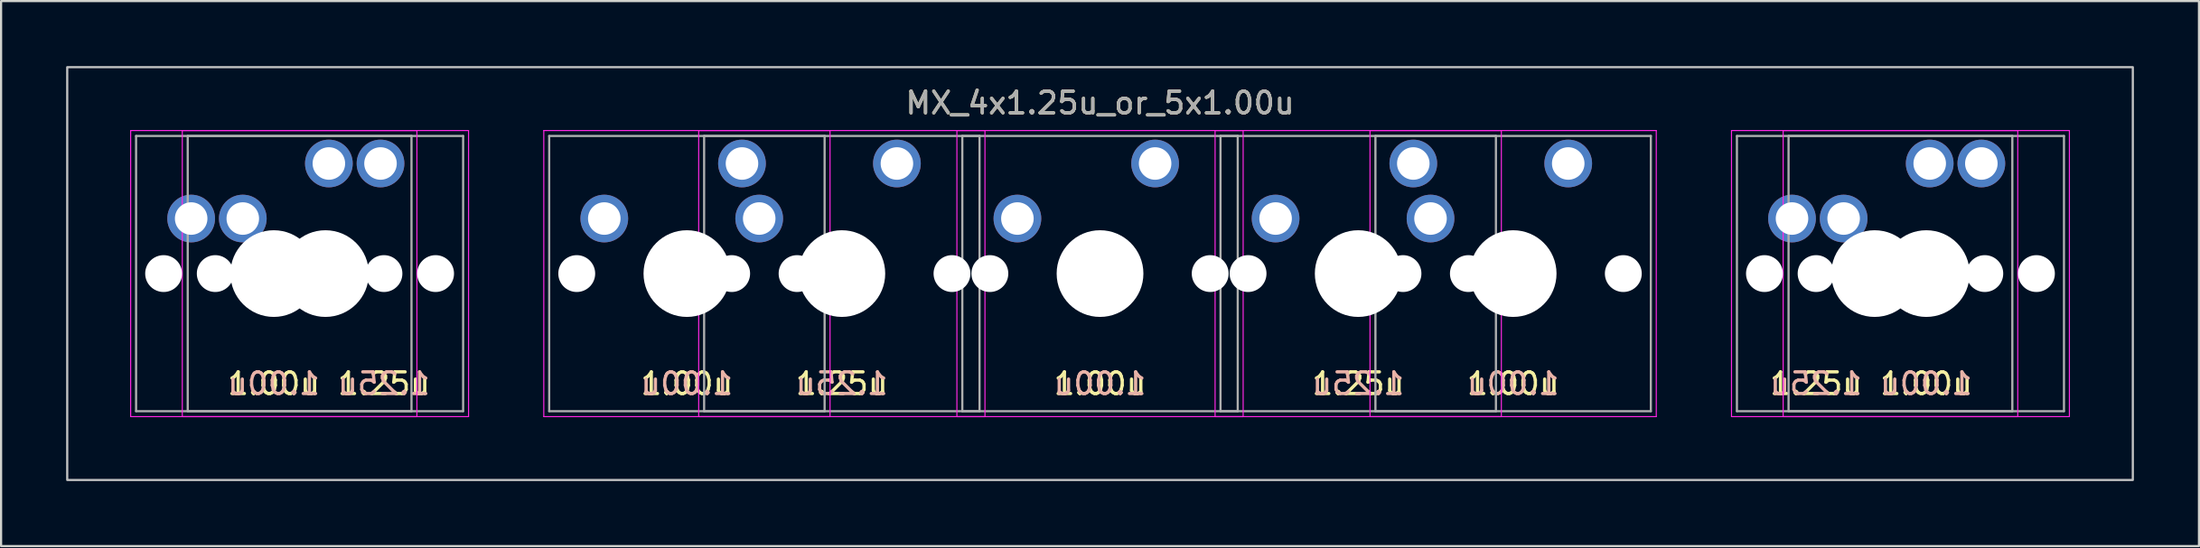
<source format=kicad_pcb>
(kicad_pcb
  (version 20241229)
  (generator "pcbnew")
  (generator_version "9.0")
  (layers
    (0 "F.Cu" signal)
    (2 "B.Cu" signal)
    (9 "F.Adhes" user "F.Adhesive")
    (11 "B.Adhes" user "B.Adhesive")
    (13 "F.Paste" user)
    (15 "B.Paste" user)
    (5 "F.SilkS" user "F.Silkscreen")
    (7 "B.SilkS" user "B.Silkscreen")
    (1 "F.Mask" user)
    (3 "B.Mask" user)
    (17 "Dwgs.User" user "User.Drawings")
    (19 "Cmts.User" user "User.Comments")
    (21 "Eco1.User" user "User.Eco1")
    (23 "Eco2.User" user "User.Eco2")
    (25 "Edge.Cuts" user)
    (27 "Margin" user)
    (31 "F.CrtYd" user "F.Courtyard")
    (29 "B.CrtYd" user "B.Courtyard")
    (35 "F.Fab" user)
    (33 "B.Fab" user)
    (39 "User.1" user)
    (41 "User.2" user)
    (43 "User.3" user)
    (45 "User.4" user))
  (footprint "MX_4x1.25u_or_5x1.00u"
    (layer "F.Cu")
    (at 47.675 9.575)
    (property "Reference" "MX_4x1.25u_or_5x1.00u" (at 0 -7.874 0) (layer "F.SilkS") (effects (font (size 1 1) (thickness 0.15))))
    (attr through_hole)
    (fp_rect (start -47.625 -9.525) (end 47.625 9.525) (stroke (width 0.1) (type solid)) (fill no) (layer "Dwgs.User"))
    (fp_line (start -44.7 -6.6) (end -31.5 -6.6) (stroke (width 0.05) (type solid)) (layer "F.CrtYd"))
    (fp_line (start -44.7 6.6) (end -44.7 -6.6) (stroke (width 0.05) (type solid)) (layer "F.CrtYd"))
    (fp_line (start -42.319 -6.6) (end -29.119 -6.6) (stroke (width 0.05) (type solid)) (layer "F.CrtYd"))
    (fp_line (start -42.319 6.6) (end -42.319 -6.6) (stroke (width 0.05) (type solid)) (layer "F.CrtYd"))
    (fp_line (start -31.5 -6.6) (end -31.5 6.6) (stroke (width 0.05) (type solid)) (layer "F.CrtYd"))
    (fp_line (start -31.5 6.6) (end -44.7 6.6) (stroke (width 0.05) (type solid)) (layer "F.CrtYd"))
    (fp_line (start -29.119 -6.6) (end -29.119 6.6) (stroke (width 0.05) (type solid)) (layer "F.CrtYd"))
    (fp_line (start -29.119 6.6) (end -42.319 6.6) (stroke (width 0.05) (type solid)) (layer "F.CrtYd"))
    (fp_line (start -25.65 -6.6) (end -12.45 -6.6) (stroke (width 0.05) (type solid)) (layer "F.CrtYd"))
    (fp_line (start -25.65 6.6) (end -25.65 -6.6) (stroke (width 0.05) (type solid)) (layer "F.CrtYd"))
    (fp_line (start -18.506 -6.6) (end -5.306 -6.6) (stroke (width 0.05) (type solid)) (layer "F.CrtYd"))
    (fp_line (start -18.506 6.6) (end -18.506 -6.6) (stroke (width 0.05) (type solid)) (layer "F.CrtYd"))
    (fp_line (start -12.45 -6.6) (end -12.45 6.6) (stroke (width 0.05) (type solid)) (layer "F.CrtYd"))
    (fp_line (start -12.45 6.6) (end -25.65 6.6) (stroke (width 0.05) (type solid)) (layer "F.CrtYd"))
    (fp_line (start -6.6 -6.6) (end 6.6 -6.6) (stroke (width 0.05) (type solid)) (layer "F.CrtYd"))
    (fp_line (start -6.6 6.6) (end -6.6 -6.6) (stroke (width 0.05) (type solid)) (layer "F.CrtYd"))
    (fp_line (start -5.306 -6.6) (end -5.306 6.6) (stroke (width 0.05) (type solid)) (layer "F.CrtYd"))
    (fp_line (start -5.306 6.6) (end -18.506 6.6) (stroke (width 0.05) (type solid)) (layer "F.CrtYd"))
    (fp_line (start 5.306 -6.6) (end 18.506 -6.6) (stroke (width 0.05) (type solid)) (layer "F.CrtYd"))
    (fp_line (start 5.306 6.6) (end 5.306 -6.6) (stroke (width 0.05) (type solid)) (layer "F.CrtYd"))
    (fp_line (start 6.6 -6.6) (end 6.6 6.6) (stroke (width 0.05) (type solid)) (layer "F.CrtYd"))
    (fp_line (start 6.6 6.6) (end -6.6 6.6) (stroke (width 0.05) (type solid)) (layer "F.CrtYd"))
    (fp_line (start 12.45 -6.6) (end 25.65 -6.6) (stroke (width 0.05) (type solid)) (layer "F.CrtYd"))
    (fp_line (start 12.45 6.6) (end 12.45 -6.6) (stroke (width 0.05) (type solid)) (layer "F.CrtYd"))
    (fp_line (start 18.506 -6.6) (end 18.506 6.6) (stroke (width 0.05) (type solid)) (layer "F.CrtYd"))
    (fp_line (start 18.506 6.6) (end 5.306 6.6) (stroke (width 0.05) (type solid)) (layer "F.CrtYd"))
    (fp_line (start 25.65 -6.6) (end 25.65 6.6) (stroke (width 0.05) (type solid)) (layer "F.CrtYd"))
    (fp_line (start 25.65 6.6) (end 12.45 6.6) (stroke (width 0.05) (type solid)) (layer "F.CrtYd"))
    (fp_line (start 29.119 -6.6) (end 42.319 -6.6) (stroke (width 0.05) (type solid)) (layer "F.CrtYd"))
    (fp_line (start 29.119 6.6) (end 29.119 -6.6) (stroke (width 0.05) (type solid)) (layer "F.CrtYd"))
    (fp_line (start 31.5 -6.6) (end 44.7 -6.6) (stroke (width 0.05) (type solid)) (layer "F.CrtYd"))
    (fp_line (start 31.5 6.6) (end 31.5 -6.6) (stroke (width 0.05) (type solid)) (layer "F.CrtYd"))
    (fp_line (start 42.319 -6.6) (end 42.319 6.6) (stroke (width 0.05) (type solid)) (layer "F.CrtYd"))
    (fp_line (start 42.319 6.6) (end 29.119 6.6) (stroke (width 0.05) (type solid)) (layer "F.CrtYd"))
    (fp_line (start 44.7 -6.6) (end 44.7 6.6) (stroke (width 0.05) (type solid)) (layer "F.CrtYd"))
    (fp_line (start 44.7 6.6) (end 31.5 6.6) (stroke (width 0.05) (type solid)) (layer "F.CrtYd"))
    (fp_line (start -44.45 -6.35) (end -31.75 -6.35) (stroke (width 0.1) (type solid)) (layer "F.Fab"))
    (fp_line (start -44.45 6.35) (end -44.45 -6.35) (stroke (width 0.1) (type solid)) (layer "F.Fab"))
    (fp_line (start -42.069 -6.35) (end -29.369 -6.35) (stroke (width 0.1) (type solid)) (layer "F.Fab"))
    (fp_line (start -42.069 6.35) (end -42.069 -6.35) (stroke (width 0.1) (type solid)) (layer "F.Fab"))
    (fp_line (start -31.75 -6.35) (end -31.75 6.35) (stroke (width 0.1) (type solid)) (layer "F.Fab"))
    (fp_line (start -31.75 6.35) (end -44.45 6.35) (stroke (width 0.1) (type solid)) (layer "F.Fab"))
    (fp_line (start -29.369 -6.35) (end -29.369 6.35) (stroke (width 0.1) (type solid)) (layer "F.Fab"))
    (fp_line (start -29.369 6.35) (end -42.069 6.35) (stroke (width 0.1) (type solid)) (layer "F.Fab"))
    (fp_line (start -25.4 -6.35) (end -12.7 -6.35) (stroke (width 0.1) (type solid)) (layer "F.Fab"))
    (fp_line (start -25.4 6.35) (end -25.4 -6.35) (stroke (width 0.1) (type solid)) (layer "F.Fab"))
    (fp_line (start -18.256 -6.35) (end -5.556 -6.35) (stroke (width 0.1) (type solid)) (layer "F.Fab"))
    (fp_line (start -18.256 6.35) (end -18.256 -6.35) (stroke (width 0.1) (type solid)) (layer "F.Fab"))
    (fp_line (start -12.7 -6.35) (end -12.7 6.35) (stroke (width 0.1) (type solid)) (layer "F.Fab"))
    (fp_line (start -12.7 6.35) (end -25.4 6.35) (stroke (width 0.1) (type solid)) (layer "F.Fab"))
    (fp_line (start -6.35 -6.35) (end 6.35 -6.35) (stroke (width 0.1) (type solid)) (layer "F.Fab"))
    (fp_line (start -6.35 6.35) (end -6.35 -6.35) (stroke (width 0.1) (type solid)) (layer "F.Fab"))
    (fp_line (start -5.556 -6.35) (end -5.556 6.35) (stroke (width 0.1) (type solid)) (layer "F.Fab"))
    (fp_line (start -5.556 6.35) (end -18.256 6.35) (stroke (width 0.1) (type solid)) (layer "F.Fab"))
    (fp_line (start 5.556 -6.35) (end 18.256 -6.35) (stroke (width 0.1) (type solid)) (layer "F.Fab"))
    (fp_line (start 5.556 6.35) (end 5.556 -6.35) (stroke (width 0.1) (type solid)) (layer "F.Fab"))
    (fp_line (start 6.35 -6.35) (end 6.35 6.35) (stroke (width 0.1) (type solid)) (layer "F.Fab"))
    (fp_line (start 6.35 6.35) (end -6.35 6.35) (stroke (width 0.1) (type solid)) (layer "F.Fab"))
    (fp_line (start 12.7 -6.35) (end 25.4 -6.35) (stroke (width 0.1) (type solid)) (layer "F.Fab"))
    (fp_line (start 12.7 6.35) (end 12.7 -6.35) (stroke (width 0.1) (type solid)) (layer "F.Fab"))
    (fp_line (start 18.256 -6.35) (end 18.256 6.35) (stroke (width 0.1) (type solid)) (layer "F.Fab"))
    (fp_line (start 18.256 6.35) (end 5.556 6.35) (stroke (width 0.1) (type solid)) (layer "F.Fab"))
    (fp_line (start 25.4 -6.35) (end 25.4 6.35) (stroke (width 0.1) (type solid)) (layer "F.Fab"))
    (fp_line (start 25.4 6.35) (end 12.7 6.35) (stroke (width 0.1) (type solid)) (layer "F.Fab"))
    (fp_line (start 29.369 -6.35) (end 42.069 -6.35) (stroke (width 0.1) (type solid)) (layer "F.Fab"))
    (fp_line (start 29.369 6.35) (end 29.369 -6.35) (stroke (width 0.1) (type solid)) (layer "F.Fab"))
    (fp_line (start 31.75 -6.35) (end 44.45 -6.35) (stroke (width 0.1) (type solid)) (layer "F.Fab"))
    (fp_line (start 31.75 6.35) (end 31.75 -6.35) (stroke (width 0.1) (type solid)) (layer "F.Fab"))
    (fp_line (start 42.069 -6.35) (end 42.069 6.35) (stroke (width 0.1) (type solid)) (layer "F.Fab"))
    (fp_line (start 42.069 6.35) (end 29.369 6.35) (stroke (width 0.1) (type solid)) (layer "F.Fab"))
    (fp_line (start 44.45 -6.35) (end 44.45 6.35) (stroke (width 0.1) (type solid)) (layer "F.Fab"))
    (fp_line (start 44.45 6.35) (end 31.75 6.35) (stroke (width 0.1) (type solid)) (layer "F.Fab"))
    (fp_text user "1.25u" (at 11.906 5.08 0) (layer "F.SilkS") (effects (font (size 1 1) (thickness 0.15))))
    (fp_text user "1.00u" (at -19.05 5.08 0) (layer "F.SilkS") (effects (font (size 1 1) (thickness 0.15))))
    (fp_text user "1.00u" (at 38.1 5.08 0) (layer "F.SilkS") (effects (font (size 1 1) (thickness 0.15))))
    (fp_text user "1.25u" (at -11.906 5.08 0) (layer "F.SilkS") (effects (font (size 1 1) (thickness 0.15))))
    (fp_text user "1.25u" (at -33.02 5.08 0) (layer "F.SilkS") (effects (font (size 1 1) (thickness 0.15))))
    (fp_text user "1.00u" (at -38.1 5.08 0) (layer "F.SilkS") (effects (font (size 1 1) (thickness 0.15))))
    (fp_text user "1.00u" (at 0 5.08 0) (layer "F.SilkS") (effects (font (size 1 1) (thickness 0.15))))
    (fp_text user "1.25u" (at 33.02 5.08 0) (layer "F.SilkS") (effects (font (size 1 1) (thickness 0.15))))
    (fp_text user "1.00u" (at 19.05 5.08 0) (layer "F.SilkS") (effects (font (size 1 1) (thickness 0.15))))
    (fp_text user "1.00u" (at 0 5.08 0) (layer "B.SilkS") (effects (font (size 1 1) (thickness 0.15)) (justify mirror)))
    (fp_text user "1.00u" (at 38.1 5.08 0) (layer "B.SilkS") (effects (font (size 1 1) (thickness 0.15)) (justify mirror)))
    (fp_text user "1.25u" (at 11.906 5.08 0) (layer "B.SilkS") (effects (font (size 1 1) (thickness 0.15)) (justify mirror)))
    (fp_text user "1.00u" (at -19.05 5.08 0) (layer "B.SilkS") (effects (font (size 1 1) (thickness 0.15)) (justify mirror)))
    (fp_text user "1.25u" (at 33.02 5.08 0) (layer "B.SilkS") (effects (font (size 1 1) (thickness 0.15)) (justify mirror)))
    (fp_text user "1.00u" (at 19.05 5.08 0) (layer "B.SilkS") (effects (font (size 1 1) (thickness 0.15)) (justify mirror)))
    (fp_text user "1.25u" (at -11.906 5.08 0) (layer "B.SilkS") (effects (font (size 1 1) (thickness 0.15)) (justify mirror)))
    (fp_text user "1.25u" (at -33.02 5.08 0) (layer "B.SilkS") (effects (font (size 1 1) (thickness 0.15)) (justify mirror)))
    (fp_text user "1.00u" (at -38.1 5.08 0) (layer "B.SilkS") (effects (font (size 1 1) (thickness 0.15)) (justify mirror)))
    (fp_text user "${REFERENCE}" (at 0 -7.874 0) (layer "F.Fab") (effects (font (size 1 1) (thickness 0.15))))
    (pad "" np_thru_hole circle (at -43.18 0) (size 1.7 1.7) (drill 1.7) (layers "*.Cu" "*.Mask"))
    (pad "" np_thru_hole circle (at -40.799 0) (size 1.7 1.7) (drill 1.7) (layers "*.Cu" "*.Mask"))
    (pad "" np_thru_hole circle (at -38.1 0) (size 4 4) (drill 4) (layers "*.Cu" "*.Mask"))
    (pad "" np_thru_hole circle (at -35.719 0) (size 4 4) (drill 4) (layers "*.Cu" "*.Mask"))
    (pad "" np_thru_hole circle (at -33.02 0) (size 1.7 1.7) (drill 1.7) (layers "*.Cu" "*.Mask"))
    (pad "" np_thru_hole circle (at -30.639 0) (size 1.7 1.7) (drill 1.7) (layers "*.Cu" "*.Mask"))
    (pad "" np_thru_hole circle (at -24.13 0) (size 1.7 1.7) (drill 1.7) (layers "*.Cu" "*.Mask"))
    (pad "" np_thru_hole circle (at -19.05 0) (size 4 4) (drill 4) (layers "*.Cu" "*.Mask"))
    (pad "" np_thru_hole circle (at -16.986 0) (size 1.7 1.7) (drill 1.7) (layers "*.Cu" "*.Mask"))
    (pad "" np_thru_hole circle (at -13.97 0) (size 1.7 1.7) (drill 1.7) (layers "*.Cu" "*.Mask"))
    (pad "" np_thru_hole circle (at -11.906 0) (size 4 4) (drill 4) (layers "*.Cu" "*.Mask"))
    (pad "" np_thru_hole circle (at -6.826 0) (size 1.7 1.7) (drill 1.7) (layers "*.Cu" "*.Mask"))
    (pad "" np_thru_hole circle (at -5.08 0) (size 1.7 1.7) (drill 1.7) (layers "*.Cu" "*.Mask"))
    (pad "" np_thru_hole circle (at 0 0) (size 4 4) (drill 4) (layers "*.Cu" "*.Mask"))
    (pad "" np_thru_hole circle (at 5.08 0) (size 1.7 1.7) (drill 1.7) (layers "*.Cu" "*.Mask"))
    (pad "" np_thru_hole circle (at 6.826 0) (size 1.7 1.7) (drill 1.7) (layers "*.Cu" "*.Mask"))
    (pad "" np_thru_hole circle (at 11.906 0) (size 4 4) (drill 4) (layers "*.Cu" "*.Mask"))
    (pad "" np_thru_hole circle (at 13.97 0) (size 1.7 1.7) (drill 1.7) (layers "*.Cu" "*.Mask"))
    (pad "" np_thru_hole circle (at 16.986 0) (size 1.7 1.7) (drill 1.7) (layers "*.Cu" "*.Mask"))
    (pad "" np_thru_hole circle (at 19.05 0) (size 4 4) (drill 4) (layers "*.Cu" "*.Mask"))
    (pad "" np_thru_hole circle (at 24.13 0) (size 1.7 1.7) (drill 1.7) (layers "*.Cu" "*.Mask"))
    (pad "" np_thru_hole circle (at 30.639 0) (size 1.7 1.7) (drill 1.7) (layers "*.Cu" "*.Mask"))
    (pad "" np_thru_hole circle (at 33.02 0) (size 1.7 1.7) (drill 1.7) (layers "*.Cu" "*.Mask"))
    (pad "" np_thru_hole circle (at 35.719 0) (size 4 4) (drill 4) (layers "*.Cu" "*.Mask"))
    (pad "" np_thru_hole circle (at 38.1 0) (size 4 4) (drill 4) (layers "*.Cu" "*.Mask"))
    (pad "" np_thru_hole circle (at 40.799 0) (size 1.7 1.7) (drill 1.7) (layers "*.Cu" "*.Mask"))
    (pad "" np_thru_hole circle (at 43.18 0) (size 1.7 1.7) (drill 1.7) (layers "*.Cu" "*.Mask"))
    (pad "1" thru_hole circle (at -35.56 -5.08) (size 2.2 2.2) (drill 1.5) (layers "*.Cu" "*.Mask"))
    (pad "1" thru_hole circle (at -33.179 -5.08) (size 2.2 2.2) (drill 1.5) (layers "*.Cu" "*.Mask"))
    (pad "2" thru_hole circle (at -41.91 -2.54) (size 2.2 2.2) (drill 1.5) (layers "*.Cu" "*.Mask"))
    (pad "2" thru_hole circle (at -39.529 -2.54) (size 2.2 2.2) (drill 1.5) (layers "*.Cu" "*.Mask"))
    (pad "3" thru_hole circle (at -16.51 -5.08) (size 2.2 2.2) (drill 1.5) (layers "*.Cu" "*.Mask"))
    (pad "3" thru_hole circle (at -9.366 -5.08) (size 2.2 2.2) (drill 1.5) (layers "*.Cu" "*.Mask"))
    (pad "4" thru_hole circle (at -22.86 -2.54) (size 2.2 2.2) (drill 1.5) (layers "*.Cu" "*.Mask"))
    (pad "4" thru_hole circle (at -15.716 -2.54) (size 2.2 2.2) (drill 1.5) (layers "*.Cu" "*.Mask"))
    (pad "5" thru_hole circle (at 2.54 -5.08) (size 2.2 2.2) (drill 1.5) (layers "*.Cu" "*.Mask"))
    (pad "6" thru_hole circle (at -3.81 -2.54) (size 2.2 2.2) (drill 1.5) (layers "*.Cu" "*.Mask"))
    (pad "7" thru_hole circle (at 14.446 -5.08) (size 2.2 2.2) (drill 1.5) (layers "*.Cu" "*.Mask"))
    (pad "7" thru_hole circle (at 21.59 -5.08) (size 2.2 2.2) (drill 1.5) (layers "*.Cu" "*.Mask"))
    (pad "8" thru_hole circle (at 8.096 -2.54) (size 2.2 2.2) (drill 1.5) (layers "*.Cu" "*.Mask"))
    (pad "8" thru_hole circle (at 15.24 -2.54) (size 2.2 2.2) (drill 1.5) (layers "*.Cu" "*.Mask"))
    (pad "9" thru_hole circle (at 38.259 -5.08) (size 2.2 2.2) (drill 1.5) (layers "*.Cu" "*.Mask"))
    (pad "9" thru_hole circle (at 40.64 -5.08) (size 2.2 2.2) (drill 1.5) (layers "*.Cu" "*.Mask"))
    (pad "10" thru_hole circle (at 31.909 -2.54) (size 2.2 2.2) (drill 1.5) (layers "*.Cu" "*.Mask"))
    (pad "10" thru_hole circle (at 34.29 -2.54) (size 2.2 2.2) (drill 1.5) (layers "*.Cu" "*.Mask")))
  (gr_rect
    (start -3 -3)
    (end 98.35 22.15)
    (stroke (width 0.1) (type default))
    (fill no)
    (layer "Edge.Cuts")))
</source>
